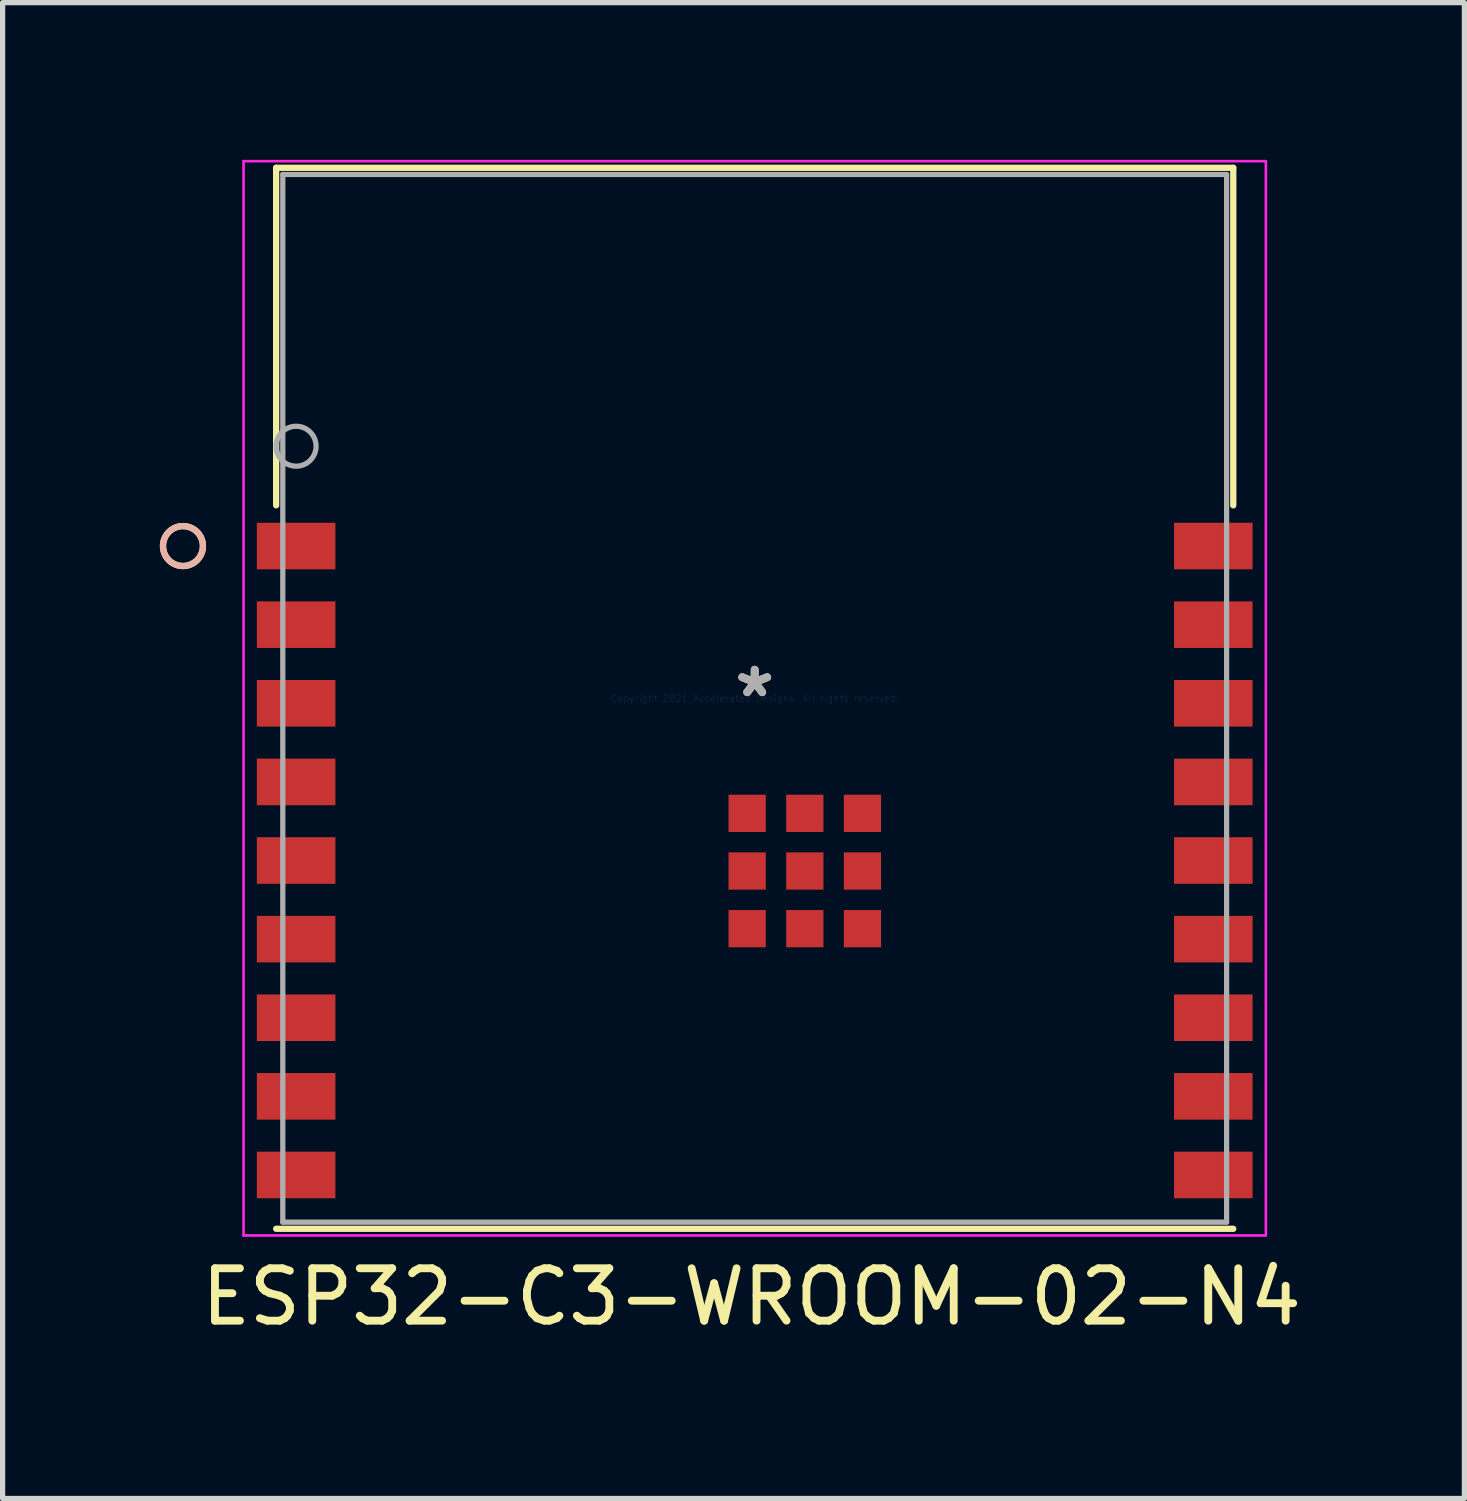
<source format=kicad_pcb>
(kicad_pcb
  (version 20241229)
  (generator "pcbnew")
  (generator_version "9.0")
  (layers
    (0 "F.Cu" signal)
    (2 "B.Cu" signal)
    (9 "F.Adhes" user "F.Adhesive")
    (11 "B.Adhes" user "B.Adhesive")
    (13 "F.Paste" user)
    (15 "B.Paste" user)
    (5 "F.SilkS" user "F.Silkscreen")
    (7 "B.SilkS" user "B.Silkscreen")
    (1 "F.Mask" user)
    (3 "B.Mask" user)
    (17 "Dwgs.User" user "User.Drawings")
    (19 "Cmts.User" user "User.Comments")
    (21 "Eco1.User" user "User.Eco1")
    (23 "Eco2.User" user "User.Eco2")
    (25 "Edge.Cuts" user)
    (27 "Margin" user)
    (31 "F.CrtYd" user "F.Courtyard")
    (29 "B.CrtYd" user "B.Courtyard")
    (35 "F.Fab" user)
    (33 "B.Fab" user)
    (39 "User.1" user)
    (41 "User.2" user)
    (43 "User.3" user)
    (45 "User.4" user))
  (footprint "ESP32-C3-WROOM-02-N4"
    (layer "F.Cu")
    (at 11.35 10.274)
    (property "Reference" "ESP32-C3-WROOM-02-N4" (at -0.06 11.42 0) (layer "F.SilkS") (effects (font (size 1 1) (thickness 0.15))))
    (attr through_hole)
    (fp_line (start -9.131 -10.122) (end -9.131 -3.682) (stroke (width 0.12) (type solid)) (layer "F.SilkS"))
    (fp_line (start -9.131 10.122) (end 9.131 10.122) (stroke (width 0.12) (type solid)) (layer "F.SilkS"))
    (fp_line (start 9.131 -10.122) (end -9.131 -10.122) (stroke (width 0.12) (type solid)) (layer "F.SilkS"))
    (fp_line (start 9.131 -3.682) (end 9.131 -10.122) (stroke (width 0.12) (type solid)) (layer "F.SilkS"))
    (fp_circle (center -10.909 -2.905) (end -10.528 -2.905) (stroke (width 0.12) (type solid)) (fill no) (layer "F.SilkS"))
    (fp_circle (center -10.909 -2.905) (end -10.528 -2.905) (stroke (width 0.12) (type solid)) (fill no) (layer "B.SilkS"))
    (fp_line (start -9.753 -10.249) (end -9.753 10.249) (stroke (width 0.05) (type solid)) (layer "F.CrtYd"))
    (fp_line (start -9.753 10.249) (end 9.753 10.249) (stroke (width 0.05) (type solid)) (layer "F.CrtYd"))
    (fp_line (start 9.753 -10.249) (end -9.753 -10.249) (stroke (width 0.05) (type solid)) (layer "F.CrtYd"))
    (fp_line (start 9.753 10.249) (end 9.753 -10.249) (stroke (width 0.05) (type solid)) (layer "F.CrtYd"))
    (fp_line (start -9.004 -9.995) (end -9.004 9.995) (stroke (width 0.1) (type solid)) (layer "F.Fab"))
    (fp_line (start -9.004 9.995) (end 9.004 9.995) (stroke (width 0.1) (type solid)) (layer "F.Fab"))
    (fp_line (start 9.004 -9.995) (end -9.004 -9.995) (stroke (width 0.1) (type solid)) (layer "F.Fab"))
    (fp_line (start 9.004 9.995) (end 9.004 -9.995) (stroke (width 0.1) (type solid)) (layer "F.Fab"))
    (fp_circle (center -8.75 -4.81) (end -8.369 -4.81) (stroke (width 0.1) (type solid)) (fill no) (layer "F.Fab"))
    (fp_text user "*" (at 0 0 0) (layer "F.SilkS") (effects (font (size 1 1) (thickness 0.15))))
    (fp_text user "Copyright 2021 Accelerated Designs. All rights reserved." (at 0 0 0) (layer "Cmts.User") (effects (font (size 0.127 0.127) (thickness 0.002))))
    (fp_text user "*" (at 0 0 0) (layer "F.Fab") (effects (font (size 1 1) (thickness 0.15))))
    (pad "1" smd rect (at -8.75 -2.905) (size 1.499 0.889) (layers "F.Cu" "F.Mask" "F.Paste"))
    (pad "2" smd rect (at -8.75 -1.405) (size 1.499 0.889) (layers "F.Cu" "F.Mask" "F.Paste"))
    (pad "3" smd rect (at -8.75 0.095) (size 1.499 0.889) (layers "F.Cu" "F.Mask" "F.Paste"))
    (pad "4" smd rect (at -8.75 1.595) (size 1.499 0.889) (layers "F.Cu" "F.Mask" "F.Paste"))
    (pad "5" smd rect (at -8.75 3.095) (size 1.499 0.889) (layers "F.Cu" "F.Mask" "F.Paste"))
    (pad "6" smd rect (at -8.75 4.595) (size 1.499 0.889) (layers "F.Cu" "F.Mask" "F.Paste"))
    (pad "7" smd rect (at -8.75 6.095) (size 1.499 0.889) (layers "F.Cu" "F.Mask" "F.Paste"))
    (pad "8" smd rect (at -8.75 7.595) (size 1.499 0.889) (layers "F.Cu" "F.Mask" "F.Paste"))
    (pad "9" smd rect (at -8.75 9.095) (size 1.499 0.889) (layers "F.Cu" "F.Mask" "F.Paste"))
    (pad "10" smd rect (at 8.75 9.095) (size 1.499 0.889) (layers "F.Cu" "F.Mask" "F.Paste"))
    (pad "11" smd rect (at 8.75 7.595) (size 1.499 0.889) (layers "F.Cu" "F.Mask" "F.Paste"))
    (pad "12" smd rect (at 8.75 6.095) (size 1.499 0.889) (layers "F.Cu" "F.Mask" "F.Paste"))
    (pad "13" smd rect (at 8.75 4.595) (size 1.499 0.889) (layers "F.Cu" "F.Mask" "F.Paste"))
    (pad "14" smd rect (at 8.75 3.095) (size 1.499 0.889) (layers "F.Cu" "F.Mask" "F.Paste"))
    (pad "15" smd rect (at 8.75 1.595) (size 1.499 0.889) (layers "F.Cu" "F.Mask" "F.Paste"))
    (pad "16" smd rect (at 8.75 0.095) (size 1.499 0.889) (layers "F.Cu" "F.Mask" "F.Paste"))
    (pad "17" smd rect (at 8.75 -1.405) (size 1.499 0.889) (layers "F.Cu" "F.Mask" "F.Paste"))
    (pad "18" smd rect (at 8.75 -2.905) (size 1.499 0.889) (layers "F.Cu" "F.Mask" "F.Paste"))
    (pad "19" smd rect (at -0.144 2.195) (size 0.711 0.711) (layers "F.Cu" "F.Mask" "F.Paste"))
    (pad "20" smd rect (at 0.956 2.195) (size 0.711 0.711) (layers "F.Cu" "F.Mask" "F.Paste"))
    (pad "21" smd rect (at 2.056 2.195) (size 0.711 0.711) (layers "F.Cu" "F.Mask" "F.Paste"))
    (pad "22" smd rect (at -0.144 3.295) (size 0.711 0.711) (layers "F.Cu" "F.Mask" "F.Paste"))
    (pad "23" smd rect (at 0.956 3.295) (size 0.711 0.711) (layers "F.Cu" "F.Mask" "F.Paste"))
    (pad "24" smd rect (at 2.056 3.295) (size 0.711 0.711) (layers "F.Cu" "F.Mask" "F.Paste"))
    (pad "25" smd rect (at -0.144 4.395) (size 0.711 0.711) (layers "F.Cu" "F.Mask" "F.Paste"))
    (pad "26" smd rect (at 0.956 4.395) (size 0.711 0.711) (layers "F.Cu" "F.Mask" "F.Paste"))
    (pad "27" smd rect (at 2.056 4.395) (size 0.711 0.711) (layers "F.Cu" "F.Mask" "F.Paste")))
  (gr_rect
    (start -3 -3)
    (end 24.891 25.542)
    (stroke (width 0.1) (type default))
    (fill no)
    (layer "Edge.Cuts")))
</source>
